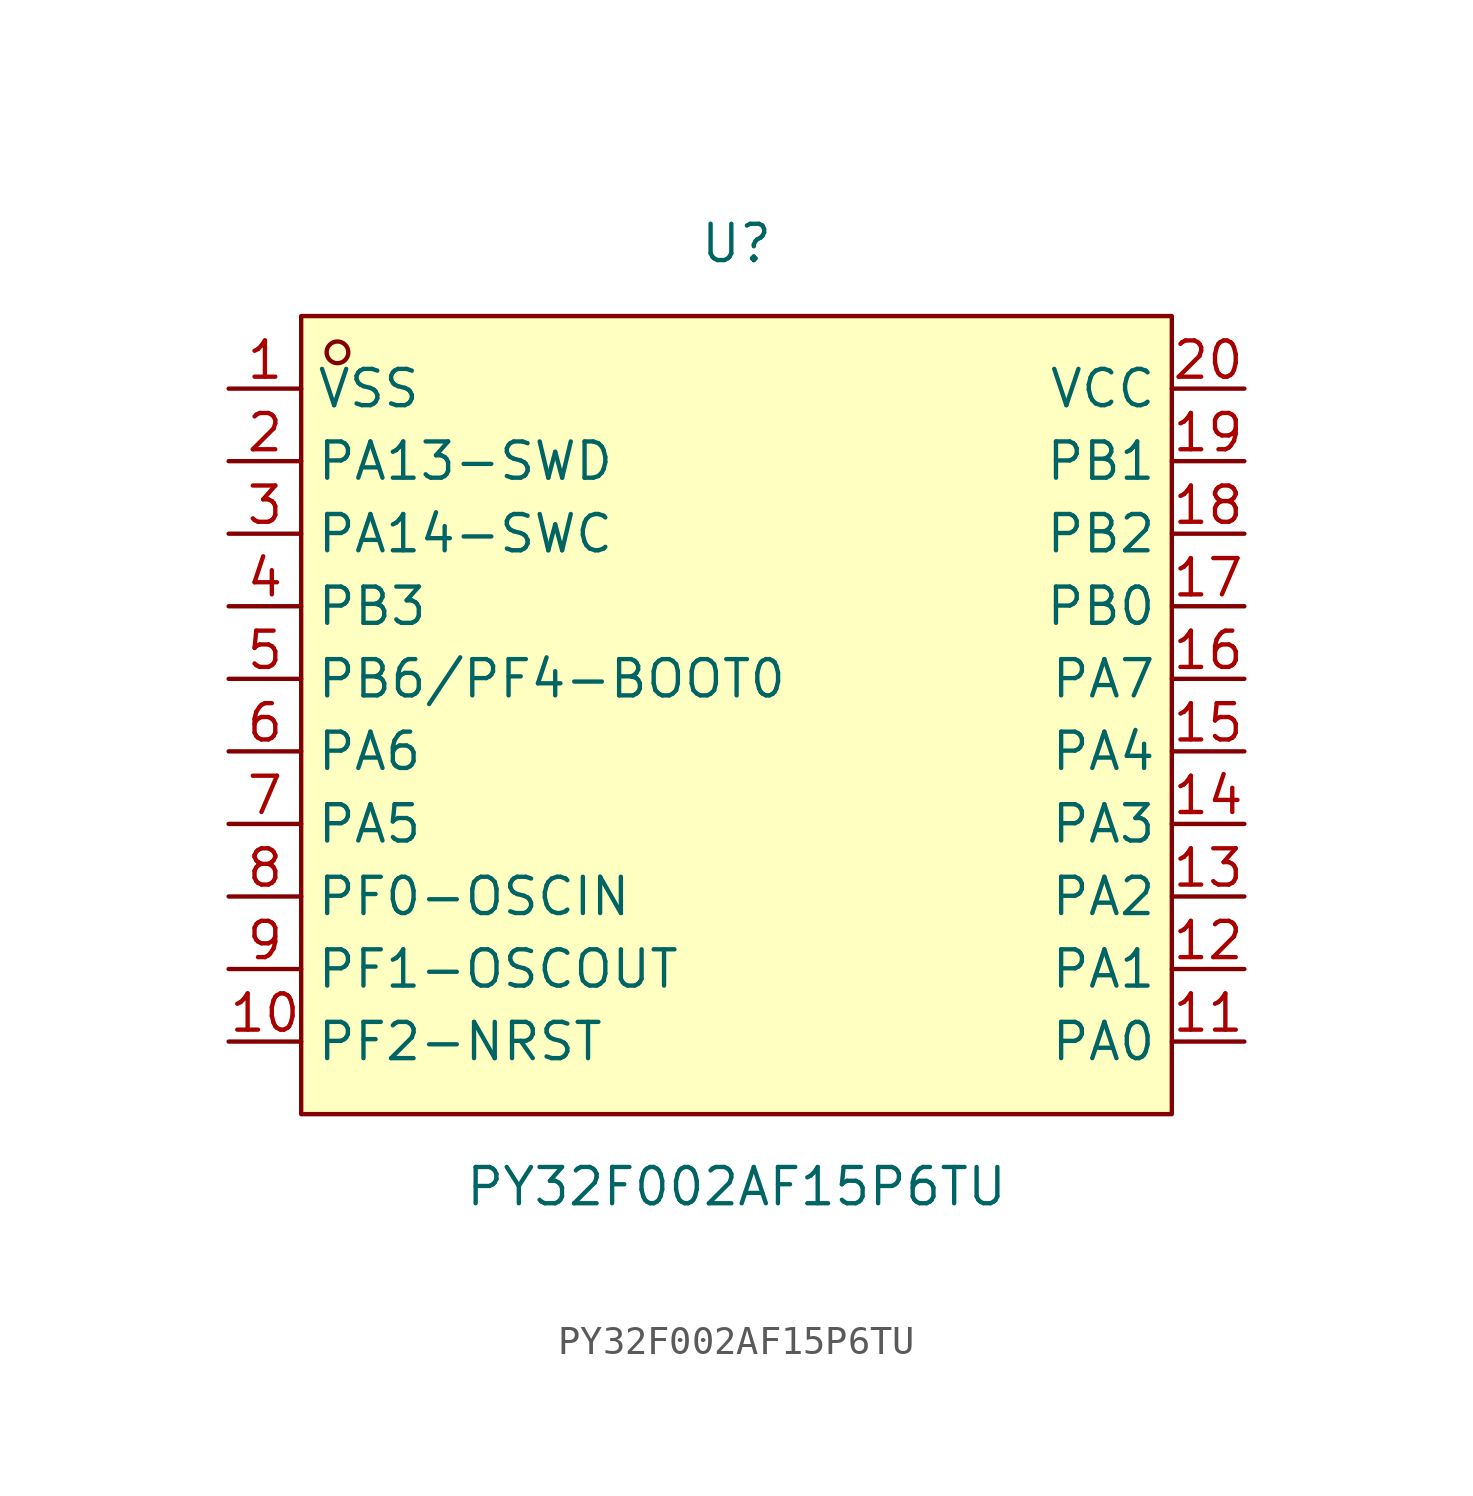
<source format=kicad_sym>
(kicad_symbol_lib
  (version 20211014)
  (generator https://github.com/uPesy/easyeda2kicad.py)
  (symbol "PY32F002AF15P6TU"
    (property "Reference" "U"
      (at 0 16.51 0)
      (effects (font (size 1.27 1.27))))
    (property "Value" "PY32F002AF15P6TU"
      (at 0 -16.51 0)
      (effects (font (size 1.27 1.27))))
    (symbol "PY32F002AF15P6TU_0_1"
      (rectangle (start -15.24 13.97) (end 15.24 -13.97) (stroke (width 0) (type default) (color 0 0 0 0)) (fill (type background)))
      (circle (center -13.97 12.70) (radius 0.38) (stroke (width 0) (type default) (color 0 0 0 0)) (fill (type none)))
      (pin unspecified line (at -17.78 11.43 0) (length 2.54) (name "VSS" (effects (font (size 1.27 1.27)))) (number "1" (effects (font (size 1.27 1.27)))))
      (pin unspecified line (at -17.78 8.89 0) (length 2.54) (name "PA13-SWD" (effects (font (size 1.27 1.27)))) (number "2" (effects (font (size 1.27 1.27)))))
      (pin unspecified line (at -17.78 6.35 0) (length 2.54) (name "PA14-SWC" (effects (font (size 1.27 1.27)))) (number "3" (effects (font (size 1.27 1.27)))))
      (pin unspecified line (at -17.78 3.81 0) (length 2.54) (name "PB3" (effects (font (size 1.27 1.27)))) (number "4" (effects (font (size 1.27 1.27)))))
      (pin unspecified line (at -17.78 1.27 0) (length 2.54) (name "PB6/PF4-BOOT0" (effects (font (size 1.27 1.27)))) (number "5" (effects (font (size 1.27 1.27)))))
      (pin unspecified line (at -17.78 -1.27 0) (length 2.54) (name "PA6" (effects (font (size 1.27 1.27)))) (number "6" (effects (font (size 1.27 1.27)))))
      (pin unspecified line (at -17.78 -3.81 0) (length 2.54) (name "PA5" (effects (font (size 1.27 1.27)))) (number "7" (effects (font (size 1.27 1.27)))))
      (pin unspecified line (at -17.78 -6.35 0) (length 2.54) (name "PF0-OSCIN" (effects (font (size 1.27 1.27)))) (number "8" (effects (font (size 1.27 1.27)))))
      (pin unspecified line (at -17.78 -8.89 0) (length 2.54) (name "PF1-OSCOUT" (effects (font (size 1.27 1.27)))) (number "9" (effects (font (size 1.27 1.27)))))
      (pin unspecified line (at -17.78 -11.43 0) (length 2.54) (name "PF2-NRST" (effects (font (size 1.27 1.27)))) (number "10" (effects (font (size 1.27 1.27)))))
      (pin unspecified line (at 17.78 -11.43 180) (length 2.54) (name "PA0" (effects (font (size 1.27 1.27)))) (number "11" (effects (font (size 1.27 1.27)))))
      (pin unspecified line (at 17.78 -8.89 180) (length 2.54) (name "PA1" (effects (font (size 1.27 1.27)))) (number "12" (effects (font (size 1.27 1.27)))))
      (pin unspecified line (at 17.78 -6.35 180) (length 2.54) (name "PA2" (effects (font (size 1.27 1.27)))) (number "13" (effects (font (size 1.27 1.27)))))
      (pin unspecified line (at 17.78 -3.81 180) (length 2.54) (name "PA3" (effects (font (size 1.27 1.27)))) (number "14" (effects (font (size 1.27 1.27)))))
      (pin unspecified line (at 17.78 -1.27 180) (length 2.54) (name "PA4" (effects (font (size 1.27 1.27)))) (number "15" (effects (font (size 1.27 1.27)))))
      (pin unspecified line (at 17.78 1.27 180) (length 2.54) (name "PA7" (effects (font (size 1.27 1.27)))) (number "16" (effects (font (size 1.27 1.27)))))
      (pin unspecified line (at 17.78 3.81 180) (length 2.54) (name "PB0" (effects (font (size 1.27 1.27)))) (number "17" (effects (font (size 1.27 1.27)))))
      (pin unspecified line (at 17.78 6.35 180) (length 2.54) (name "PB2" (effects (font (size 1.27 1.27)))) (number "18" (effects (font (size 1.27 1.27)))))
      (pin unspecified line (at 17.78 8.89 180) (length 2.54) (name "PB1" (effects (font (size 1.27 1.27)))) (number "19" (effects (font (size 1.27 1.27)))))
      (pin unspecified line (at 17.78 11.43 180) (length 2.54) (name "VCC" (effects (font (size 1.27 1.27)))) (number "20" (effects (font (size 1.27 1.27))))))))
</source>
